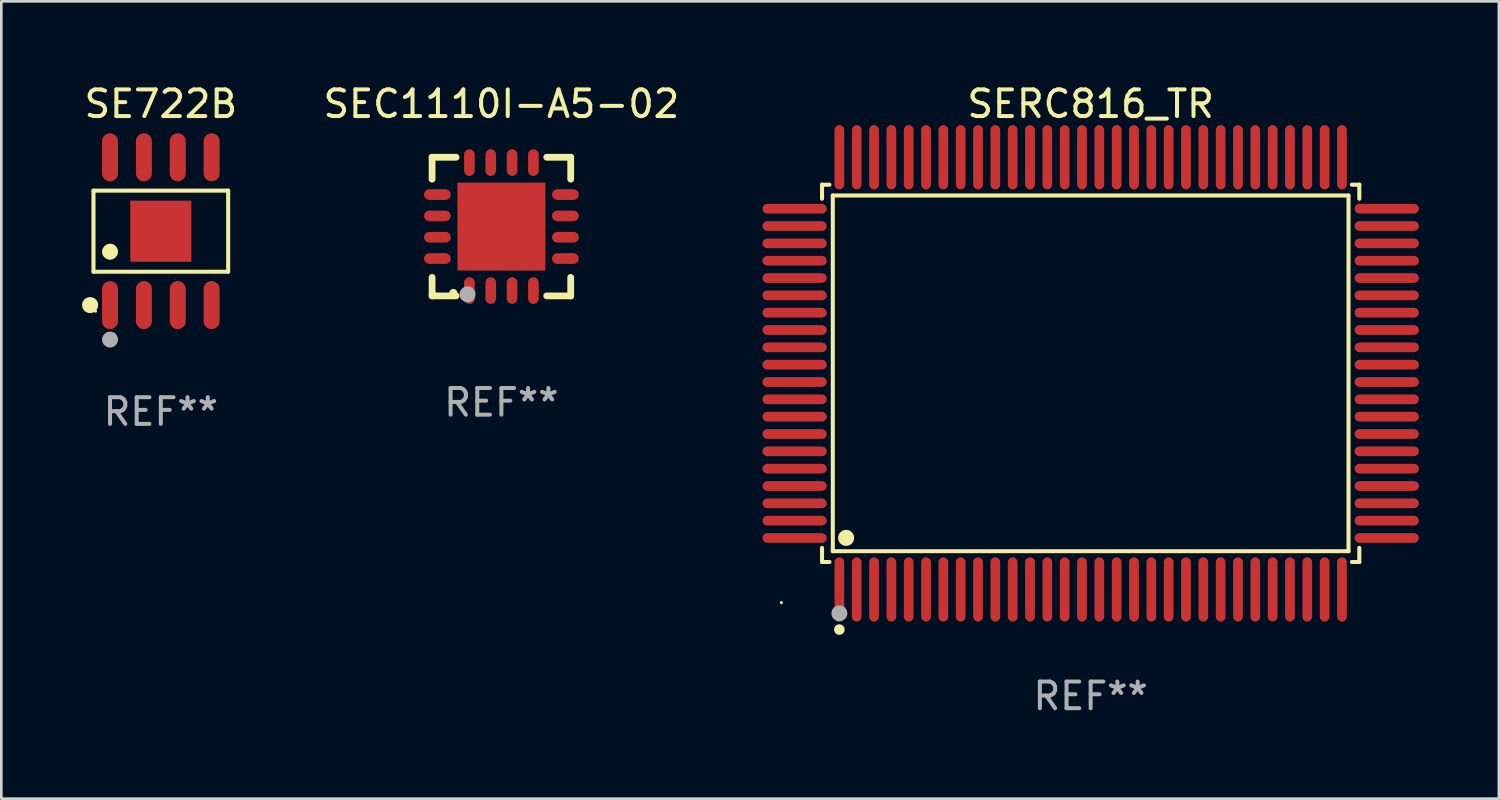
<source format=kicad_pcb>
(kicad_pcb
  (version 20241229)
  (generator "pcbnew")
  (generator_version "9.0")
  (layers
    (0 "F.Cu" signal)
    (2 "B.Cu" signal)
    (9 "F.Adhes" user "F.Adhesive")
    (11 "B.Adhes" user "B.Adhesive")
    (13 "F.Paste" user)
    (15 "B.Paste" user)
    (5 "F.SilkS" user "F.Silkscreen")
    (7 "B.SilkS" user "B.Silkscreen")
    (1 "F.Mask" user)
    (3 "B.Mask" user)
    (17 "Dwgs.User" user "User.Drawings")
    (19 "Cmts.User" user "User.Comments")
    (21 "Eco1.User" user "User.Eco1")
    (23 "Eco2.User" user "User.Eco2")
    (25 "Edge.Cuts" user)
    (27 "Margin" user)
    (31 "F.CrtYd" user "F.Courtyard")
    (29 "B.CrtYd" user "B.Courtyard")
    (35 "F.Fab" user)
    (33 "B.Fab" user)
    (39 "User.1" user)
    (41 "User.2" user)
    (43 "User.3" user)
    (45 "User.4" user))
  (footprint "SE722B"
    (layer "F.Cu")
    (at 2.982 5.621)
    (property "Reference" "SE722B" (at 0 -4.772 0) (layer "F.SilkS") (effects (font (size 1 1) (thickness 0.15))))
    (attr through_hole)
    (fp_line (start -2.526 -1.521) (end 2.526 -1.521) (stroke (width 0.152) (type solid)) (layer "F.SilkS"))
    (fp_line (start -2.526 1.521) (end -2.526 -1.521) (stroke (width 0.152) (type solid)) (layer "F.SilkS"))
    (fp_line (start 2.526 -1.521) (end 2.526 1.521) (stroke (width 0.152) (type solid)) (layer "F.SilkS"))
    (fp_line (start 2.526 1.521) (end -2.526 1.521) (stroke (width 0.152) (type solid)) (layer "F.SilkS"))
    (fp_circle (center -2.652 2.772) (end -2.501 2.772) (stroke (width 0.3) (type solid)) (fill no) (layer "F.SilkS"))
    (fp_circle (center -2.45 3) (end -2.42 3) (stroke (width 0.06) (type solid)) (fill no) (layer "F.SilkS"))
    (fp_circle (center -1.905 0.769) (end -1.755 0.769) (stroke (width 0.3) (type solid)) (fill no) (layer "F.SilkS"))
    (fp_circle (center -1.905 4.064) (end -1.755 4.064) (stroke (width 0.3) (type solid)) (fill no) (layer "F.Fab"))
    (fp_text user "REF**" (at 0 6.772 0) (layer "F.Fab") (effects (font (size 1 1) (thickness 0.15))))
    (pad "1" smd oval (at -1.905 2.772) (size 0.6 1.8) (layers "F.Cu" "F.Mask" "F.Paste"))
    (pad "2" smd oval (at -0.635 2.772) (size 0.6 1.8) (layers "F.Cu" "F.Mask" "F.Paste"))
    (pad "3" smd oval (at 0.635 2.772) (size 0.6 1.8) (layers "F.Cu" "F.Mask" "F.Paste"))
    (pad "4" smd oval (at 1.905 2.772) (size 0.6 1.8) (layers "F.Cu" "F.Mask" "F.Paste"))
    (pad "5" smd oval (at 1.905 -2.772) (size 0.6 1.8) (layers "F.Cu" "F.Mask" "F.Paste"))
    (pad "6" smd oval (at 0.635 -2.772) (size 0.6 1.8) (layers "F.Cu" "F.Mask" "F.Paste"))
    (pad "7" smd oval (at -0.635 -2.772) (size 0.6 1.8) (layers "F.Cu" "F.Mask" "F.Paste"))
    (pad "8" smd oval (at -1.905 -2.772) (size 0.6 1.8) (layers "F.Cu" "F.Mask" "F.Paste"))
    (pad "9" smd rect (at 0 0) (size 2.29 2.29) (layers "F.Cu" "F.Mask" "F.Paste")))
  (footprint "SERC816_TR"
    (layer "F.Cu")
    (at 37.858 10.953)
    (property "Reference" "SERC816_TR" (at 0 -10.105 0) (layer "F.SilkS") (effects (font (size 1 1) (thickness 0.15))))
    (attr through_hole)
    (fp_line (start -10.076 -7.076) (end -9.798 -7.076) (stroke (width 0.152) (type solid)) (layer "F.SilkS"))
    (fp_line (start -10.076 -6.548) (end -10.076 -7.076) (stroke (width 0.152) (type solid)) (layer "F.SilkS"))
    (fp_line (start -10.076 6.548) (end -10.076 7.076) (stroke (width 0.152) (type solid)) (layer "F.SilkS"))
    (fp_line (start -10.076 7.076) (end -9.798 7.076) (stroke (width 0.152) (type solid)) (layer "F.SilkS"))
    (fp_line (start -9.672 -6.671) (end 9.671 -6.671) (stroke (width 0.152) (type solid)) (layer "F.SilkS"))
    (fp_line (start -9.672 6.671) (end -9.672 -6.671) (stroke (width 0.152) (type solid)) (layer "F.SilkS"))
    (fp_line (start 9.671 -6.671) (end 9.671 6.671) (stroke (width 0.152) (type solid)) (layer "F.SilkS"))
    (fp_line (start 9.671 6.671) (end -9.672 6.671) (stroke (width 0.152) (type solid)) (layer "F.SilkS"))
    (fp_line (start 10.076 -7.076) (end 9.797 -7.076) (stroke (width 0.152) (type solid)) (layer "F.SilkS"))
    (fp_line (start 10.076 -6.548) (end 10.076 -7.076) (stroke (width 0.152) (type solid)) (layer "F.SilkS"))
    (fp_line (start 10.076 6.548) (end 10.076 7.076) (stroke (width 0.152) (type solid)) (layer "F.SilkS"))
    (fp_line (start 10.076 7.076) (end 9.797 7.076) (stroke (width 0.152) (type solid)) (layer "F.SilkS"))
    (fp_circle (center -11.6 8.6) (end -11.57 8.6) (stroke (width 0.06) (type solid)) (fill no) (layer "F.SilkS"))
    (fp_circle (center -9.425 9.61) (end -9.325 9.61) (stroke (width 0.2) (type solid)) (fill no) (layer "F.SilkS"))
    (fp_circle (center -9.172 6.171) (end -9.021 6.171) (stroke (width 0.3) (type solid)) (fill no) (layer "F.SilkS"))
    (fp_circle (center -9.425 9) (end -9.275 9) (stroke (width 0.3) (type solid)) (fill no) (layer "F.Fab"))
    (fp_text user "REF**" (at 0 12.105 0) (layer "F.Fab") (effects (font (size 1 1) (thickness 0.15))))
    (pad "1" smd oval (at -9.425 8.105) (size 0.364 2.41) (layers "F.Cu" "F.Mask" "F.Paste"))
    (pad "2" smd oval (at -8.775 8.105) (size 0.364 2.41) (layers "F.Cu" "F.Mask" "F.Paste"))
    (pad "3" smd oval (at -8.125 8.105) (size 0.364 2.41) (layers "F.Cu" "F.Mask" "F.Paste"))
    (pad "4" smd oval (at -7.475 8.105) (size 0.364 2.41) (layers "F.Cu" "F.Mask" "F.Paste"))
    (pad "5" smd oval (at -6.825 8.105) (size 0.364 2.41) (layers "F.Cu" "F.Mask" "F.Paste"))
    (pad "6" smd oval (at -6.175 8.105) (size 0.364 2.41) (layers "F.Cu" "F.Mask" "F.Paste"))
    (pad "7" smd oval (at -5.525 8.105) (size 0.364 2.41) (layers "F.Cu" "F.Mask" "F.Paste"))
    (pad "8" smd oval (at -4.875 8.105) (size 0.364 2.41) (layers "F.Cu" "F.Mask" "F.Paste"))
    (pad "9" smd oval (at -4.225 8.105) (size 0.364 2.41) (layers "F.Cu" "F.Mask" "F.Paste"))
    (pad "10" smd oval (at -3.575 8.105) (size 0.364 2.41) (layers "F.Cu" "F.Mask" "F.Paste"))
    (pad "11" smd oval (at -2.925 8.105) (size 0.364 2.41) (layers "F.Cu" "F.Mask" "F.Paste"))
    (pad "12" smd oval (at -2.275 8.105) (size 0.364 2.41) (layers "F.Cu" "F.Mask" "F.Paste"))
    (pad "13" smd oval (at -1.625 8.105) (size 0.364 2.41) (layers "F.Cu" "F.Mask" "F.Paste"))
    (pad "14" smd oval (at -0.975 8.105) (size 0.364 2.41) (layers "F.Cu" "F.Mask" "F.Paste"))
    (pad "15" smd oval (at -0.325 8.105) (size 0.364 2.41) (layers "F.Cu" "F.Mask" "F.Paste"))
    (pad "16" smd oval (at 0.325 8.105) (size 0.364 2.41) (layers "F.Cu" "F.Mask" "F.Paste"))
    (pad "17" smd oval (at 0.975 8.105) (size 0.364 2.41) (layers "F.Cu" "F.Mask" "F.Paste"))
    (pad "18" smd oval (at 1.625 8.105) (size 0.364 2.41) (layers "F.Cu" "F.Mask" "F.Paste"))
    (pad "19" smd oval (at 2.275 8.105) (size 0.364 2.41) (layers "F.Cu" "F.Mask" "F.Paste"))
    (pad "20" smd oval (at 2.925 8.105) (size 0.364 2.41) (layers "F.Cu" "F.Mask" "F.Paste"))
    (pad "21" smd oval (at 3.575 8.105) (size 0.364 2.41) (layers "F.Cu" "F.Mask" "F.Paste"))
    (pad "22" smd oval (at 4.225 8.105) (size 0.364 2.41) (layers "F.Cu" "F.Mask" "F.Paste"))
    (pad "23" smd oval (at 4.875 8.105) (size 0.364 2.41) (layers "F.Cu" "F.Mask" "F.Paste"))
    (pad "24" smd oval (at 5.525 8.105) (size 0.364 2.41) (layers "F.Cu" "F.Mask" "F.Paste"))
    (pad "25" smd oval (at 6.175 8.105) (size 0.364 2.41) (layers "F.Cu" "F.Mask" "F.Paste"))
    (pad "26" smd oval (at 6.825 8.105) (size 0.364 2.41) (layers "F.Cu" "F.Mask" "F.Paste"))
    (pad "27" smd oval (at 7.475 8.105) (size 0.364 2.41) (layers "F.Cu" "F.Mask" "F.Paste"))
    (pad "28" smd oval (at 8.125 8.105) (size 0.364 2.41) (layers "F.Cu" "F.Mask" "F.Paste"))
    (pad "29" smd oval (at 8.775 8.105) (size 0.364 2.41) (layers "F.Cu" "F.Mask" "F.Paste"))
    (pad "30" smd oval (at 9.425 8.105) (size 0.364 2.41) (layers "F.Cu" "F.Mask" "F.Paste"))
    (pad "31" smd oval (at 11.105 6.175) (size 2.41 0.364) (layers "F.Cu" "F.Mask" "F.Paste"))
    (pad "32" smd oval (at 11.105 5.525) (size 2.41 0.364) (layers "F.Cu" "F.Mask" "F.Paste"))
    (pad "33" smd oval (at 11.105 4.875) (size 2.41 0.364) (layers "F.Cu" "F.Mask" "F.Paste"))
    (pad "34" smd oval (at 11.105 4.225) (size 2.41 0.364) (layers "F.Cu" "F.Mask" "F.Paste"))
    (pad "35" smd oval (at 11.105 3.575) (size 2.41 0.364) (layers "F.Cu" "F.Mask" "F.Paste"))
    (pad "36" smd oval (at 11.105 2.925) (size 2.41 0.364) (layers "F.Cu" "F.Mask" "F.Paste"))
    (pad "37" smd oval (at 11.105 2.275) (size 2.41 0.364) (layers "F.Cu" "F.Mask" "F.Paste"))
    (pad "38" smd oval (at 11.105 1.625) (size 2.41 0.364) (layers "F.Cu" "F.Mask" "F.Paste"))
    (pad "39" smd oval (at 11.105 0.975) (size 2.41 0.364) (layers "F.Cu" "F.Mask" "F.Paste"))
    (pad "40" smd oval (at 11.105 0.325) (size 2.41 0.364) (layers "F.Cu" "F.Mask" "F.Paste"))
    (pad "41" smd oval (at 11.105 -0.325) (size 2.41 0.364) (layers "F.Cu" "F.Mask" "F.Paste"))
    (pad "42" smd oval (at 11.105 -0.975) (size 2.41 0.364) (layers "F.Cu" "F.Mask" "F.Paste"))
    (pad "43" smd oval (at 11.105 -1.625) (size 2.41 0.364) (layers "F.Cu" "F.Mask" "F.Paste"))
    (pad "44" smd oval (at 11.105 -2.275) (size 2.41 0.364) (layers "F.Cu" "F.Mask" "F.Paste"))
    (pad "45" smd oval (at 11.105 -2.925) (size 2.41 0.364) (layers "F.Cu" "F.Mask" "F.Paste"))
    (pad "46" smd oval (at 11.105 -3.575) (size 2.41 0.364) (layers "F.Cu" "F.Mask" "F.Paste"))
    (pad "47" smd oval (at 11.105 -4.225) (size 2.41 0.364) (layers "F.Cu" "F.Mask" "F.Paste"))
    (pad "48" smd oval (at 11.105 -4.875) (size 2.41 0.364) (layers "F.Cu" "F.Mask" "F.Paste"))
    (pad "49" smd oval (at 11.105 -5.525) (size 2.41 0.364) (layers "F.Cu" "F.Mask" "F.Paste"))
    (pad "50" smd oval (at 11.105 -6.175) (size 2.41 0.364) (layers "F.Cu" "F.Mask" "F.Paste"))
    (pad "51" smd oval (at 9.425 -8.105) (size 0.364 2.41) (layers "F.Cu" "F.Mask" "F.Paste"))
    (pad "52" smd oval (at 8.775 -8.105) (size 0.364 2.41) (layers "F.Cu" "F.Mask" "F.Paste"))
    (pad "53" smd oval (at 8.125 -8.105) (size 0.364 2.41) (layers "F.Cu" "F.Mask" "F.Paste"))
    (pad "54" smd oval (at 7.475 -8.105) (size 0.364 2.41) (layers "F.Cu" "F.Mask" "F.Paste"))
    (pad "55" smd oval (at 6.825 -8.105) (size 0.364 2.41) (layers "F.Cu" "F.Mask" "F.Paste"))
    (pad "56" smd oval (at 6.175 -8.105) (size 0.364 2.41) (layers "F.Cu" "F.Mask" "F.Paste"))
    (pad "57" smd oval (at 5.525 -8.105) (size 0.364 2.41) (layers "F.Cu" "F.Mask" "F.Paste"))
    (pad "58" smd oval (at 4.875 -8.105) (size 0.364 2.41) (layers "F.Cu" "F.Mask" "F.Paste"))
    (pad "59" smd oval (at 4.225 -8.105) (size 0.364 2.41) (layers "F.Cu" "F.Mask" "F.Paste"))
    (pad "60" smd oval (at 3.575 -8.105) (size 0.364 2.41) (layers "F.Cu" "F.Mask" "F.Paste"))
    (pad "61" smd oval (at 2.925 -8.105) (size 0.364 2.41) (layers "F.Cu" "F.Mask" "F.Paste"))
    (pad "62" smd oval (at 2.275 -8.105) (size 0.364 2.41) (layers "F.Cu" "F.Mask" "F.Paste"))
    (pad "63" smd oval (at 1.625 -8.105) (size 0.364 2.41) (layers "F.Cu" "F.Mask" "F.Paste"))
    (pad "64" smd oval (at 0.975 -8.105) (size 0.364 2.41) (layers "F.Cu" "F.Mask" "F.Paste"))
    (pad "65" smd oval (at 0.325 -8.105) (size 0.364 2.41) (layers "F.Cu" "F.Mask" "F.Paste"))
    (pad "66" smd oval (at -0.325 -8.105) (size 0.364 2.41) (layers "F.Cu" "F.Mask" "F.Paste"))
    (pad "67" smd oval (at -0.975 -8.105) (size 0.364 2.41) (layers "F.Cu" "F.Mask" "F.Paste"))
    (pad "68" smd oval (at -1.625 -8.105) (size 0.364 2.41) (layers "F.Cu" "F.Mask" "F.Paste"))
    (pad "69" smd oval (at -2.275 -8.105) (size 0.364 2.41) (layers "F.Cu" "F.Mask" "F.Paste"))
    (pad "70" smd oval (at -2.925 -8.105) (size 0.364 2.41) (layers "F.Cu" "F.Mask" "F.Paste"))
    (pad "71" smd oval (at -3.575 -8.105) (size 0.364 2.41) (layers "F.Cu" "F.Mask" "F.Paste"))
    (pad "72" smd oval (at -4.225 -8.105) (size 0.364 2.41) (layers "F.Cu" "F.Mask" "F.Paste"))
    (pad "73" smd oval (at -4.875 -8.105) (size 0.364 2.41) (layers "F.Cu" "F.Mask" "F.Paste"))
    (pad "74" smd oval (at -5.525 -8.105) (size 0.364 2.41) (layers "F.Cu" "F.Mask" "F.Paste"))
    (pad "75" smd oval (at -6.175 -8.105) (size 0.364 2.41) (layers "F.Cu" "F.Mask" "F.Paste"))
    (pad "76" smd oval (at -6.825 -8.105) (size 0.364 2.41) (layers "F.Cu" "F.Mask" "F.Paste"))
    (pad "77" smd oval (at -7.475 -8.105) (size 0.364 2.41) (layers "F.Cu" "F.Mask" "F.Paste"))
    (pad "78" smd oval (at -8.125 -8.105) (size 0.364 2.41) (layers "F.Cu" "F.Mask" "F.Paste"))
    (pad "79" smd oval (at -8.775 -8.105) (size 0.364 2.41) (layers "F.Cu" "F.Mask" "F.Paste"))
    (pad "80" smd oval (at -9.425 -8.105) (size 0.364 2.41) (layers "F.Cu" "F.Mask" "F.Paste"))
    (pad "81" smd oval (at -11.105 -6.175) (size 2.41 0.364) (layers "F.Cu" "F.Mask" "F.Paste"))
    (pad "82" smd oval (at -11.105 -5.525) (size 2.41 0.364) (layers "F.Cu" "F.Mask" "F.Paste"))
    (pad "83" smd oval (at -11.105 -4.875) (size 2.41 0.364) (layers "F.Cu" "F.Mask" "F.Paste"))
    (pad "84" smd oval (at -11.105 -4.225) (size 2.41 0.364) (layers "F.Cu" "F.Mask" "F.Paste"))
    (pad "85" smd oval (at -11.105 -3.575) (size 2.41 0.364) (layers "F.Cu" "F.Mask" "F.Paste"))
    (pad "86" smd oval (at -11.105 -2.925) (size 2.41 0.364) (layers "F.Cu" "F.Mask" "F.Paste"))
    (pad "87" smd oval (at -11.105 -2.275) (size 2.41 0.364) (layers "F.Cu" "F.Mask" "F.Paste"))
    (pad "88" smd oval (at -11.105 -1.625) (size 2.41 0.364) (layers "F.Cu" "F.Mask" "F.Paste"))
    (pad "89" smd oval (at -11.105 -0.975) (size 2.41 0.364) (layers "F.Cu" "F.Mask" "F.Paste"))
    (pad "90" smd oval (at -11.105 -0.325) (size 2.41 0.364) (layers "F.Cu" "F.Mask" "F.Paste"))
    (pad "91" smd oval (at -11.105 0.325) (size 2.41 0.364) (layers "F.Cu" "F.Mask" "F.Paste"))
    (pad "92" smd oval (at -11.105 0.975) (size 2.41 0.364) (layers "F.Cu" "F.Mask" "F.Paste"))
    (pad "93" smd oval (at -11.105 1.625) (size 2.41 0.364) (layers "F.Cu" "F.Mask" "F.Paste"))
    (pad "94" smd oval (at -11.105 2.275) (size 2.41 0.364) (layers "F.Cu" "F.Mask" "F.Paste"))
    (pad "95" smd oval (at -11.105 2.925) (size 2.41 0.364) (layers "F.Cu" "F.Mask" "F.Paste"))
    (pad "96" smd oval (at -11.105 3.575) (size 2.41 0.364) (layers "F.Cu" "F.Mask" "F.Paste"))
    (pad "97" smd oval (at -11.105 4.225) (size 2.41 0.364) (layers "F.Cu" "F.Mask" "F.Paste"))
    (pad "98" smd oval (at -11.105 4.875) (size 2.41 0.364) (layers "F.Cu" "F.Mask" "F.Paste"))
    (pad "99" smd oval (at -11.105 5.525) (size 2.41 0.364) (layers "F.Cu" "F.Mask" "F.Paste"))
    (pad "100" smd oval (at -11.105 6.175) (size 2.41 0.364) (layers "F.Cu" "F.Mask" "F.Paste")))
  (footprint "SEC1110I-A5-02"
    (layer "F.Cu")
    (at 15.756 5.448)
    (property "Reference" "SEC1110I-A5-02" (at 0 -4.6 0) (layer "F.SilkS") (effects (font (size 1 1) (thickness 0.15))))
    (attr through_hole)
    (fp_line (start -2.6 -2.6) (end -2.6 -1.778) (stroke (width 0.254) (type solid)) (layer "F.SilkS"))
    (fp_line (start -2.6 2.6) (end -2.6 1.905) (stroke (width 0.254) (type solid)) (layer "F.SilkS"))
    (fp_line (start -1.7 -2.6) (end -2.6 -2.6) (stroke (width 0.254) (type solid)) (layer "F.SilkS"))
    (fp_line (start -1.7 2.6) (end -2.6 2.6) (stroke (width 0.254) (type solid)) (layer "F.SilkS"))
    (fp_line (start 1.7 -2.6) (end 2.6 -2.6) (stroke (width 0.254) (type solid)) (layer "F.SilkS"))
    (fp_line (start 1.7 2.6) (end 2.6 2.6) (stroke (width 0.254) (type solid)) (layer "F.SilkS"))
    (fp_line (start 2.6 -2.6) (end 2.6 -1.778) (stroke (width 0.254) (type solid)) (layer "F.SilkS"))
    (fp_line (start 2.6 2.6) (end 2.6 1.905) (stroke (width 0.254) (type solid)) (layer "F.SilkS"))
    (fp_arc (start -1.803404 2.489205) (mid -1.802134 2.4892) (end -1.800864 2.489205) (stroke (width 0.3) (type solid)) (layer "F.SilkS"))
    (fp_circle (center -2.5 2.5) (end -2.47 2.5) (stroke (width 0.06) (type solid)) (fill no) (layer "F.SilkS"))
    (fp_circle (center -1.27 2.54) (end -1.12 2.54) (stroke (width 0.3) (type solid)) (fill no) (layer "F.Fab"))
    (fp_text user "REF**" (at 0 6.6 0) (layer "F.Fab") (effects (font (size 1 1) (thickness 0.15))))
    (pad "1" smd oval (at -1.2 2.4) (size 0.4 1) (layers "F.Cu" "F.Mask" "F.Paste"))
    (pad "2" smd oval (at -0.4 2.4) (size 0.4 1) (layers "F.Cu" "F.Mask" "F.Paste"))
    (pad "3" smd oval (at 0.4 2.4) (size 0.4 1) (layers "F.Cu" "F.Mask" "F.Paste"))
    (pad "4" smd oval (at 1.2 2.4) (size 0.4 1) (layers "F.Cu" "F.Mask" "F.Paste"))
    (pad "5" smd oval (at 2.4 1.2 90) (size 0.4 1) (layers "F.Cu" "F.Mask" "F.Paste"))
    (pad "6" smd oval (at 2.4 0.4 90) (size 0.4 1) (layers "F.Cu" "F.Mask" "F.Paste"))
    (pad "7" smd oval (at 2.4 -0.4 90) (size 0.4 1) (layers "F.Cu" "F.Mask" "F.Paste"))
    (pad "8" smd oval (at 2.4 -1.2 90) (size 0.4 1) (layers "F.Cu" "F.Mask" "F.Paste"))
    (pad "9" smd oval (at 1.2 -2.4) (size 0.4 1) (layers "F.Cu" "F.Mask" "F.Paste"))
    (pad "10" smd oval (at 0.4 -2.4) (size 0.4 1) (layers "F.Cu" "F.Mask" "F.Paste"))
    (pad "11" smd oval (at -0.4 -2.4) (size 0.4 1) (layers "F.Cu" "F.Mask" "F.Paste"))
    (pad "12" smd oval (at -1.2 -2.4) (size 0.4 1) (layers "F.Cu" "F.Mask" "F.Paste"))
    (pad "13" smd oval (at -2.4 -1.2 90) (size 0.4 1) (layers "F.Cu" "F.Mask" "F.Paste"))
    (pad "14" smd oval (at -2.4 -0.4 90) (size 0.4 1) (layers "F.Cu" "F.Mask" "F.Paste"))
    (pad "15" smd oval (at -2.4 0.4 90) (size 0.4 1) (layers "F.Cu" "F.Mask" "F.Paste"))
    (pad "16" smd oval (at -2.4 1.2 90) (size 0.4 1) (layers "F.Cu" "F.Mask" "F.Paste"))
    (pad "17" smd rect (at 0 0 90) (size 3.3 3.3) (layers "F.Cu" "F.Mask" "F.Paste")))
  (gr_rect
    (start -3 -3)
    (end 53.168 26.906)
    (stroke (width 0.1) (type default))
    (fill no)
    (layer "Edge.Cuts")))
</source>
